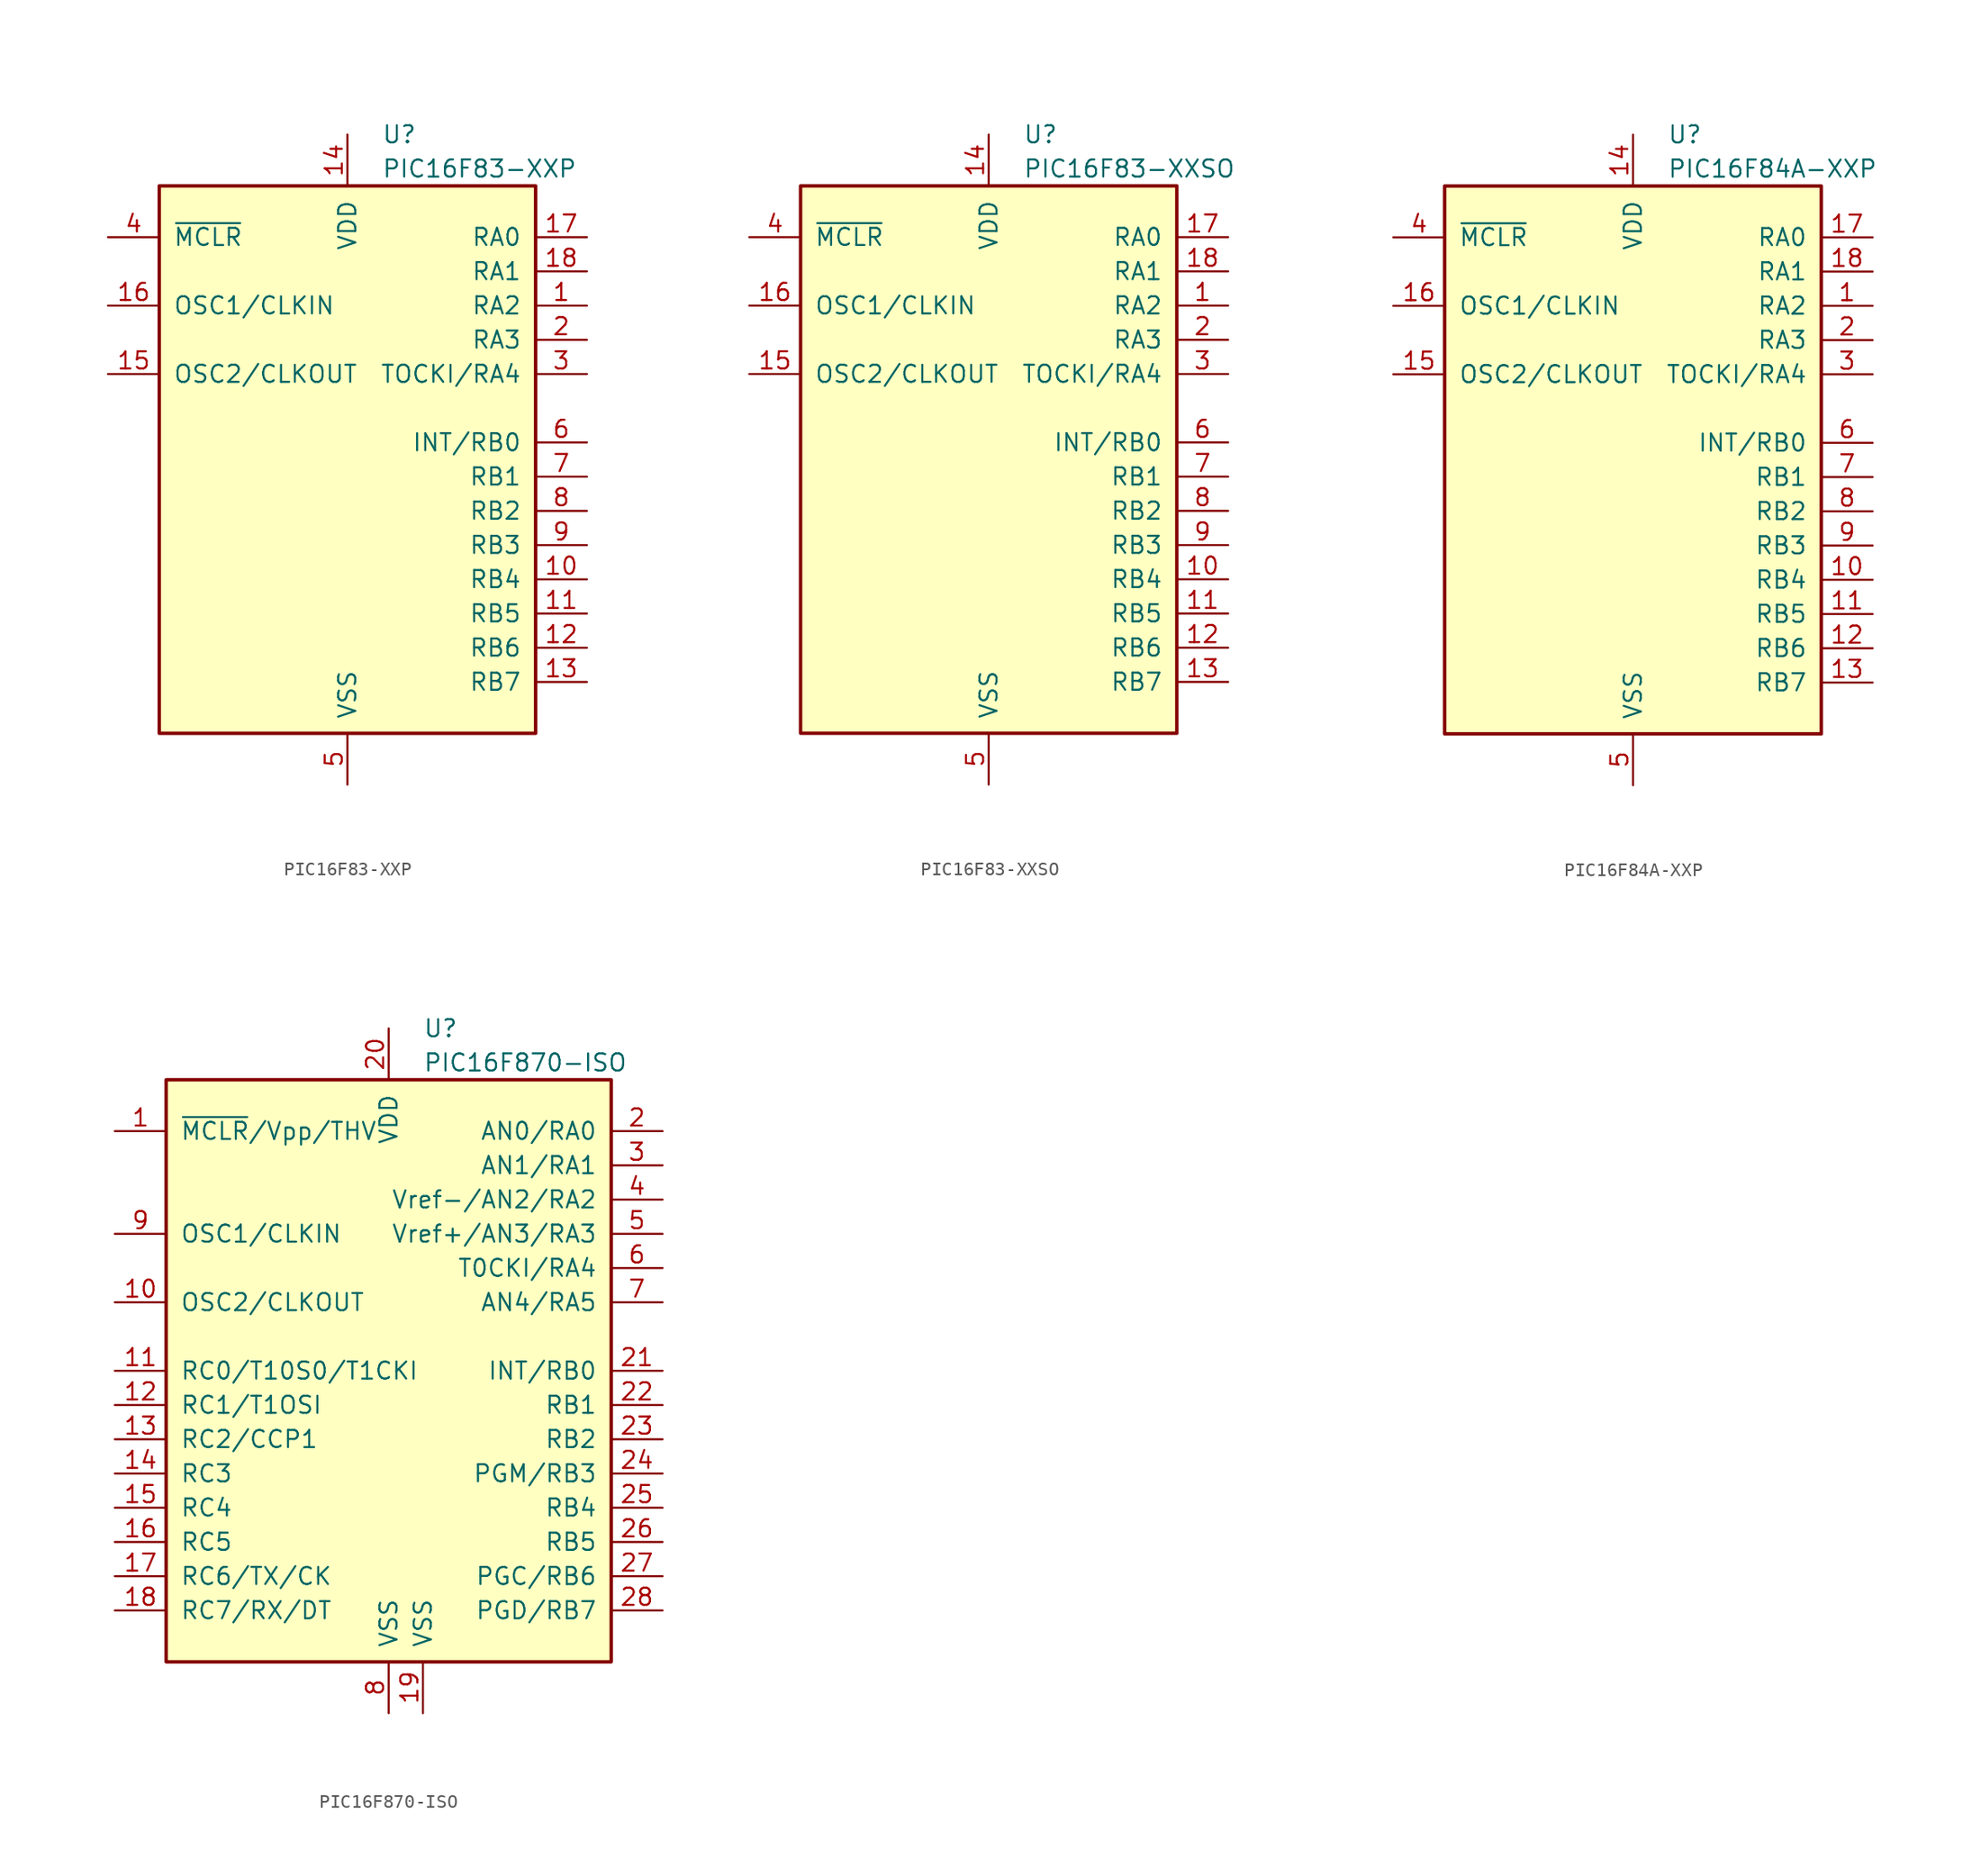
<source format=kicad_sym>
(kicad_symbol_lib
  (version 20241209)
  (generator "kicad_symbol_editor")
  (generator_version "9.0")
  (symbol "PIC16F83-XXP"
    (pin_names
      (offset 1.016))
    (property "Reference" "U"
      (at 2.54 22.86 0)
      (effects (font (size 1.27 1.27)) (justify left)))
    (property "Value" "PIC16F83-XXP"
      (at 2.54 20.32 0)
      (effects (font (size 1.27 1.27)) (justify left)))
    (symbol "PIC16F83-XXP_0_1"
      (rectangle (start -13.97 19.05) (end 13.97 -21.59) (stroke (width 0.254) (type default)) (fill (type background))))
    (symbol "PIC16F83-XXP_1_1"
      (pin input line (at -17.78 15.24 0) (length 3.81) (name "~{MCLR}" (effects (font (size 1.27 1.27)))) (number "4" (effects (font (size 1.27 1.27)))))
      (pin input line (at -17.78 10.16 0) (length 3.81) (name "OSC1/CLKIN" (effects (font (size 1.27 1.27)))) (number "16" (effects (font (size 1.27 1.27)))))
      (pin output line (at -17.78 5.08 0) (length 3.81) (name "OSC2/CLKOUT" (effects (font (size 1.27 1.27)))) (number "15" (effects (font (size 1.27 1.27)))))
      (pin power_in line (at 0 22.86 270) (length 3.81) (name "VDD" (effects (font (size 1.27 1.27)))) (number "14" (effects (font (size 1.27 1.27)))))
      (pin power_in line (at 0 -25.4 90) (length 3.81) (name "VSS" (effects (font (size 1.27 1.27)))) (number "5" (effects (font (size 1.27 1.27)))))
      (pin bidirectional line (at 17.78 15.24 180) (length 3.81) (name "RA0" (effects (font (size 1.27 1.27)))) (number "17" (effects (font (size 1.27 1.27)))))
      (pin bidirectional line (at 17.78 12.7 180) (length 3.81) (name "RA1" (effects (font (size 1.27 1.27)))) (number "18" (effects (font (size 1.27 1.27)))))
      (pin bidirectional line (at 17.78 10.16 180) (length 3.81) (name "RA2" (effects (font (size 1.27 1.27)))) (number "1" (effects (font (size 1.27 1.27)))))
      (pin bidirectional line (at 17.78 7.62 180) (length 3.81) (name "RA3" (effects (font (size 1.27 1.27)))) (number "2" (effects (font (size 1.27 1.27)))))
      (pin bidirectional line (at 17.78 5.08 180) (length 3.81) (name "TOCKI/RA4" (effects (font (size 1.27 1.27)))) (number "3" (effects (font (size 1.27 1.27)))))
      (pin bidirectional line (at 17.78 0 180) (length 3.81) (name "INT/RB0" (effects (font (size 1.27 1.27)))) (number "6" (effects (font (size 1.27 1.27)))))
      (pin bidirectional line (at 17.78 -2.54 180) (length 3.81) (name "RB1" (effects (font (size 1.27 1.27)))) (number "7" (effects (font (size 1.27 1.27)))))
      (pin bidirectional line (at 17.78 -5.08 180) (length 3.81) (name "RB2" (effects (font (size 1.27 1.27)))) (number "8" (effects (font (size 1.27 1.27)))))
      (pin bidirectional line (at 17.78 -7.62 180) (length 3.81) (name "RB3" (effects (font (size 1.27 1.27)))) (number "9" (effects (font (size 1.27 1.27)))))
      (pin bidirectional line (at 17.78 -10.16 180) (length 3.81) (name "RB4" (effects (font (size 1.27 1.27)))) (number "10" (effects (font (size 1.27 1.27)))))
      (pin bidirectional line (at 17.78 -12.7 180) (length 3.81) (name "RB5" (effects (font (size 1.27 1.27)))) (number "11" (effects (font (size 1.27 1.27)))))
      (pin bidirectional line (at 17.78 -15.24 180) (length 3.81) (name "RB6" (effects (font (size 1.27 1.27)))) (number "12" (effects (font (size 1.27 1.27)))))
      (pin bidirectional line (at 17.78 -17.78 180) (length 3.81) (name "RB7" (effects (font (size 1.27 1.27)))) (number "13" (effects (font (size 1.27 1.27)))))))
  (symbol "PIC16F83-XXSO"
    (pin_names
      (offset 1.016))
    (property "Reference" "U"
      (at 2.54 22.86 0)
      (effects (font (size 1.27 1.27)) (justify left)))
    (property "Value" "PIC16F83-XXSO"
      (at 2.54 20.32 0)
      (effects (font (size 1.27 1.27)) (justify left)))
    (symbol "PIC16F83-XXSO_0_1"
      (rectangle (start -13.97 19.05) (end 13.97 -21.59) (stroke (width 0.254) (type default)) (fill (type background))))
    (symbol "PIC16F83-XXSO_1_1"
      (pin input line (at -17.78 15.24 0) (length 3.81) (name "~{MCLR}" (effects (font (size 1.27 1.27)))) (number "4" (effects (font (size 1.27 1.27)))))
      (pin input line (at -17.78 10.16 0) (length 3.81) (name "OSC1/CLKIN" (effects (font (size 1.27 1.27)))) (number "16" (effects (font (size 1.27 1.27)))))
      (pin output line (at -17.78 5.08 0) (length 3.81) (name "OSC2/CLKOUT" (effects (font (size 1.27 1.27)))) (number "15" (effects (font (size 1.27 1.27)))))
      (pin power_in line (at 0 22.86 270) (length 3.81) (name "VDD" (effects (font (size 1.27 1.27)))) (number "14" (effects (font (size 1.27 1.27)))))
      (pin power_in line (at 0 -25.4 90) (length 3.81) (name "VSS" (effects (font (size 1.27 1.27)))) (number "5" (effects (font (size 1.27 1.27)))))
      (pin bidirectional line (at 17.78 15.24 180) (length 3.81) (name "RA0" (effects (font (size 1.27 1.27)))) (number "17" (effects (font (size 1.27 1.27)))))
      (pin bidirectional line (at 17.78 12.7 180) (length 3.81) (name "RA1" (effects (font (size 1.27 1.27)))) (number "18" (effects (font (size 1.27 1.27)))))
      (pin bidirectional line (at 17.78 10.16 180) (length 3.81) (name "RA2" (effects (font (size 1.27 1.27)))) (number "1" (effects (font (size 1.27 1.27)))))
      (pin bidirectional line (at 17.78 7.62 180) (length 3.81) (name "RA3" (effects (font (size 1.27 1.27)))) (number "2" (effects (font (size 1.27 1.27)))))
      (pin bidirectional line (at 17.78 5.08 180) (length 3.81) (name "TOCKI/RA4" (effects (font (size 1.27 1.27)))) (number "3" (effects (font (size 1.27 1.27)))))
      (pin bidirectional line (at 17.78 0 180) (length 3.81) (name "INT/RB0" (effects (font (size 1.27 1.27)))) (number "6" (effects (font (size 1.27 1.27)))))
      (pin bidirectional line (at 17.78 -2.54 180) (length 3.81) (name "RB1" (effects (font (size 1.27 1.27)))) (number "7" (effects (font (size 1.27 1.27)))))
      (pin bidirectional line (at 17.78 -5.08 180) (length 3.81) (name "RB2" (effects (font (size 1.27 1.27)))) (number "8" (effects (font (size 1.27 1.27)))))
      (pin bidirectional line (at 17.78 -7.62 180) (length 3.81) (name "RB3" (effects (font (size 1.27 1.27)))) (number "9" (effects (font (size 1.27 1.27)))))
      (pin bidirectional line (at 17.78 -10.16 180) (length 3.81) (name "RB4" (effects (font (size 1.27 1.27)))) (number "10" (effects (font (size 1.27 1.27)))))
      (pin bidirectional line (at 17.78 -12.7 180) (length 3.81) (name "RB5" (effects (font (size 1.27 1.27)))) (number "11" (effects (font (size 1.27 1.27)))))
      (pin bidirectional line (at 17.78 -15.24 180) (length 3.81) (name "RB6" (effects (font (size 1.27 1.27)))) (number "12" (effects (font (size 1.27 1.27)))))
      (pin bidirectional line (at 17.78 -17.78 180) (length 3.81) (name "RB7" (effects (font (size 1.27 1.27)))) (number "13" (effects (font (size 1.27 1.27)))))))
  (symbol "PIC16F84A-XXP"
    (pin_names
      (offset 1.016))
    (property "Reference" "U"
      (at 2.54 22.86 0)
      (effects (font (size 1.27 1.27)) (justify left)))
    (property "Value" "PIC16F84A-XXP"
      (at 2.54 20.32 0)
      (effects (font (size 1.27 1.27)) (justify left)))
    (symbol "PIC16F84A-XXP_0_1"
      (rectangle (start -13.97 19.05) (end 13.97 -21.59) (stroke (width 0.254) (type default)) (fill (type background))))
    (symbol "PIC16F84A-XXP_1_1"
      (pin input line (at -17.78 15.24 0) (length 3.81) (name "~{MCLR}" (effects (font (size 1.27 1.27)))) (number "4" (effects (font (size 1.27 1.27)))))
      (pin input line (at -17.78 10.16 0) (length 3.81) (name "OSC1/CLKIN" (effects (font (size 1.27 1.27)))) (number "16" (effects (font (size 1.27 1.27)))))
      (pin output line (at -17.78 5.08 0) (length 3.81) (name "OSC2/CLKOUT" (effects (font (size 1.27 1.27)))) (number "15" (effects (font (size 1.27 1.27)))))
      (pin power_in line (at 0 22.86 270) (length 3.81) (name "VDD" (effects (font (size 1.27 1.27)))) (number "14" (effects (font (size 1.27 1.27)))))
      (pin power_in line (at 0 -25.4 90) (length 3.81) (name "VSS" (effects (font (size 1.27 1.27)))) (number "5" (effects (font (size 1.27 1.27)))))
      (pin bidirectional line (at 17.78 15.24 180) (length 3.81) (name "RA0" (effects (font (size 1.27 1.27)))) (number "17" (effects (font (size 1.27 1.27)))))
      (pin bidirectional line (at 17.78 12.7 180) (length 3.81) (name "RA1" (effects (font (size 1.27 1.27)))) (number "18" (effects (font (size 1.27 1.27)))))
      (pin bidirectional line (at 17.78 10.16 180) (length 3.81) (name "RA2" (effects (font (size 1.27 1.27)))) (number "1" (effects (font (size 1.27 1.27)))))
      (pin bidirectional line (at 17.78 7.62 180) (length 3.81) (name "RA3" (effects (font (size 1.27 1.27)))) (number "2" (effects (font (size 1.27 1.27)))))
      (pin bidirectional line (at 17.78 5.08 180) (length 3.81) (name "TOCKI/RA4" (effects (font (size 1.27 1.27)))) (number "3" (effects (font (size 1.27 1.27)))))
      (pin bidirectional line (at 17.78 0 180) (length 3.81) (name "INT/RB0" (effects (font (size 1.27 1.27)))) (number "6" (effects (font (size 1.27 1.27)))))
      (pin bidirectional line (at 17.78 -2.54 180) (length 3.81) (name "RB1" (effects (font (size 1.27 1.27)))) (number "7" (effects (font (size 1.27 1.27)))))
      (pin bidirectional line (at 17.78 -5.08 180) (length 3.81) (name "RB2" (effects (font (size 1.27 1.27)))) (number "8" (effects (font (size 1.27 1.27)))))
      (pin bidirectional line (at 17.78 -7.62 180) (length 3.81) (name "RB3" (effects (font (size 1.27 1.27)))) (number "9" (effects (font (size 1.27 1.27)))))
      (pin bidirectional line (at 17.78 -10.16 180) (length 3.81) (name "RB4" (effects (font (size 1.27 1.27)))) (number "10" (effects (font (size 1.27 1.27)))))
      (pin bidirectional line (at 17.78 -12.7 180) (length 3.81) (name "RB5" (effects (font (size 1.27 1.27)))) (number "11" (effects (font (size 1.27 1.27)))))
      (pin bidirectional line (at 17.78 -15.24 180) (length 3.81) (name "RB6" (effects (font (size 1.27 1.27)))) (number "12" (effects (font (size 1.27 1.27)))))
      (pin bidirectional line (at 17.78 -17.78 180) (length 3.81) (name "RB7" (effects (font (size 1.27 1.27)))) (number "13" (effects (font (size 1.27 1.27)))))))
  (symbol "PIC16F870-ISO"
    (pin_names
      (offset 1.016))
    (property "Reference" "U"
      (at 2.54 25.4 0)
      (effects (font (size 1.27 1.27)) (justify left)))
    (property "Value" "PIC16F870-ISO"
      (at 2.54 22.86 0)
      (effects (font (size 1.27 1.27)) (justify left)))
    (symbol "PIC16F870-ISO_0_1"
      (rectangle (start -16.51 -21.59) (end 16.51 21.59) (stroke (width 0.254) (type default)) (fill (type background))))
    (symbol "PIC16F870-ISO_1_1"
      (pin input line (at -20.32 17.78 0) (length 3.81) (name "~{MCLR}/Vpp/THV" (effects (font (size 1.27 1.27)))) (number "1" (effects (font (size 1.27 1.27)))))
      (pin input line (at -20.32 10.16 0) (length 3.81) (name "OSC1/CLKIN" (effects (font (size 1.27 1.27)))) (number "9" (effects (font (size 1.27 1.27)))))
      (pin output line (at -20.32 5.08 0) (length 3.81) (name "OSC2/CLKOUT" (effects (font (size 1.27 1.27)))) (number "10" (effects (font (size 1.27 1.27)))))
      (pin bidirectional line (at -20.32 0 0) (length 3.81) (name "RC0/T10S0/T1CKI" (effects (font (size 1.27 1.27)))) (number "11" (effects (font (size 1.27 1.27)))))
      (pin bidirectional line (at -20.32 -2.54 0) (length 3.81) (name "RC1/T1OSI" (effects (font (size 1.27 1.27)))) (number "12" (effects (font (size 1.27 1.27)))))
      (pin bidirectional line (at -20.32 -5.08 0) (length 3.81) (name "RC2/CCP1" (effects (font (size 1.27 1.27)))) (number "13" (effects (font (size 1.27 1.27)))))
      (pin bidirectional line (at -20.32 -7.62 0) (length 3.81) (name "RC3" (effects (font (size 1.27 1.27)))) (number "14" (effects (font (size 1.27 1.27)))))
      (pin bidirectional line (at -20.32 -10.16 0) (length 3.81) (name "RC4" (effects (font (size 1.27 1.27)))) (number "15" (effects (font (size 1.27 1.27)))))
      (pin bidirectional line (at -20.32 -12.7 0) (length 3.81) (name "RC5" (effects (font (size 1.27 1.27)))) (number "16" (effects (font (size 1.27 1.27)))))
      (pin bidirectional line (at -20.32 -15.24 0) (length 3.81) (name "RC6/TX/CK" (effects (font (size 1.27 1.27)))) (number "17" (effects (font (size 1.27 1.27)))))
      (pin bidirectional line (at -20.32 -17.78 0) (length 3.81) (name "RC7/RX/DT" (effects (font (size 1.27 1.27)))) (number "18" (effects (font (size 1.27 1.27)))))
      (pin power_in line (at 0 25.4 270) (length 3.81) (name "VDD" (effects (font (size 1.27 1.27)))) (number "20" (effects (font (size 1.27 1.27)))))
      (pin power_in line (at 0 -25.4 90) (length 3.81) (name "VSS" (effects (font (size 1.27 1.27)))) (number "8" (effects (font (size 1.27 1.27)))))
      (pin power_in line (at 2.54 -25.4 90) (length 3.81) (name "VSS" (effects (font (size 1.27 1.27)))) (number "19" (effects (font (size 1.27 1.27)))))
      (pin bidirectional line (at 20.32 17.78 180) (length 3.81) (name "AN0/RA0" (effects (font (size 1.27 1.27)))) (number "2" (effects (font (size 1.27 1.27)))))
      (pin bidirectional line (at 20.32 15.24 180) (length 3.81) (name "AN1/RA1" (effects (font (size 1.27 1.27)))) (number "3" (effects (font (size 1.27 1.27)))))
      (pin bidirectional line (at 20.32 12.7 180) (length 3.81) (name "Vref-/AN2/RA2" (effects (font (size 1.27 1.27)))) (number "4" (effects (font (size 1.27 1.27)))))
      (pin bidirectional line (at 20.32 10.16 180) (length 3.81) (name "Vref+/AN3/RA3" (effects (font (size 1.27 1.27)))) (number "5" (effects (font (size 1.27 1.27)))))
      (pin bidirectional line (at 20.32 7.62 180) (length 3.81) (name "T0CKI/RA4" (effects (font (size 1.27 1.27)))) (number "6" (effects (font (size 1.27 1.27)))))
      (pin bidirectional line (at 20.32 5.08 180) (length 3.81) (name "AN4/RA5" (effects (font (size 1.27 1.27)))) (number "7" (effects (font (size 1.27 1.27)))))
      (pin bidirectional line (at 20.32 0 180) (length 3.81) (name "INT/RB0" (effects (font (size 1.27 1.27)))) (number "21" (effects (font (size 1.27 1.27)))))
      (pin bidirectional line (at 20.32 -2.54 180) (length 3.81) (name "RB1" (effects (font (size 1.27 1.27)))) (number "22" (effects (font (size 1.27 1.27)))))
      (pin bidirectional line (at 20.32 -5.08 180) (length 3.81) (name "RB2" (effects (font (size 1.27 1.27)))) (number "23" (effects (font (size 1.27 1.27)))))
      (pin bidirectional line (at 20.32 -7.62 180) (length 3.81) (name "PGM/RB3" (effects (font (size 1.27 1.27)))) (number "24" (effects (font (size 1.27 1.27)))))
      (pin bidirectional line (at 20.32 -10.16 180) (length 3.81) (name "RB4" (effects (font (size 1.27 1.27)))) (number "25" (effects (font (size 1.27 1.27)))))
      (pin bidirectional line (at 20.32 -12.7 180) (length 3.81) (name "RB5" (effects (font (size 1.27 1.27)))) (number "26" (effects (font (size 1.27 1.27)))))
      (pin bidirectional line (at 20.32 -15.24 180) (length 3.81) (name "PGC/RB6" (effects (font (size 1.27 1.27)))) (number "27" (effects (font (size 1.27 1.27)))))
      (pin bidirectional line (at 20.32 -17.78 180) (length 3.81) (name "PGD/RB7" (effects (font (size 1.27 1.27)))) (number "28" (effects (font (size 1.27 1.27))))))))
</source>
